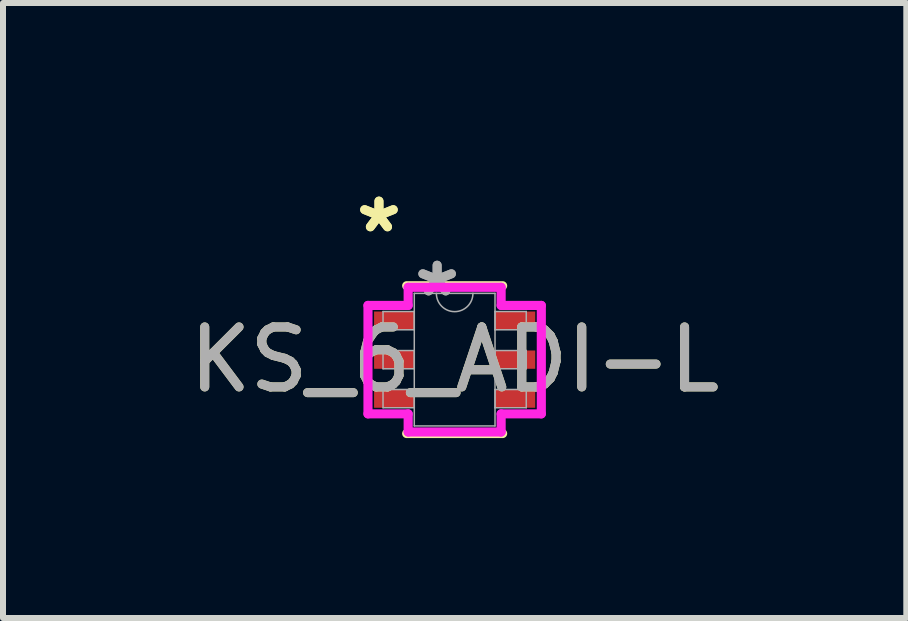
<source format=kicad_pcb>
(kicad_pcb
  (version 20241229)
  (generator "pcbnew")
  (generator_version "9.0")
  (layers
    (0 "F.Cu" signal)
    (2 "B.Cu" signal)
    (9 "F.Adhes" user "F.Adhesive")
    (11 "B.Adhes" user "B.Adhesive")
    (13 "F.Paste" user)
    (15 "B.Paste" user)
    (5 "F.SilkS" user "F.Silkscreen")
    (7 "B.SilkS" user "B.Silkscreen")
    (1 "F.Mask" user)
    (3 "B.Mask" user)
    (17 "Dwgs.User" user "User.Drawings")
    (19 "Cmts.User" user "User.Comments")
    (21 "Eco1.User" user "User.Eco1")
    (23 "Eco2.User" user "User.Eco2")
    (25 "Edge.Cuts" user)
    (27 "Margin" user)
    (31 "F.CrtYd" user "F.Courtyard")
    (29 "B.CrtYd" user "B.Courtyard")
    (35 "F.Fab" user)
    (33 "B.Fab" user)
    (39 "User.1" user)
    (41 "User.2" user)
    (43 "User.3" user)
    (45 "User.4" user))
  (footprint "KS_6_ADI-L"
    (layer "F.Cu")
    (at 4.53 2.946)
    (property "Reference" "KS_6_ADI-L" (at 0 0 0) (unlocked yes) (layer "F.SilkS") (effects (font (size 1 1) (thickness 0.15))))
    (attr smd)
    (fp_line (start -0.8 1.232) (end 0.8 1.232) (stroke (width 0.152) (type solid)) (layer "F.SilkS"))
    (fp_line (start 0.8 -1.232) (end -0.8 -1.232) (stroke (width 0.152) (type solid)) (layer "F.SilkS"))
    (fp_line (start -1.445 -0.904) (end -0.775 -0.904) (stroke (width 0.152) (type solid)) (layer "F.CrtYd"))
    (fp_line (start -1.445 0.904) (end -1.445 -0.904) (stroke (width 0.152) (type solid)) (layer "F.CrtYd"))
    (fp_line (start -1.445 0.904) (end -0.775 0.904) (stroke (width 0.152) (type solid)) (layer "F.CrtYd"))
    (fp_line (start -0.775 -1.206) (end 0.775 -1.206) (stroke (width 0.152) (type solid)) (layer "F.CrtYd"))
    (fp_line (start -0.775 -0.904) (end -0.775 -1.206) (stroke (width 0.152) (type solid)) (layer "F.CrtYd"))
    (fp_line (start -0.775 1.206) (end -0.775 0.904) (stroke (width 0.152) (type solid)) (layer "F.CrtYd"))
    (fp_line (start 0.775 -1.206) (end 0.775 -0.904) (stroke (width 0.152) (type solid)) (layer "F.CrtYd"))
    (fp_line (start 0.775 0.904) (end 0.775 1.206) (stroke (width 0.152) (type solid)) (layer "F.CrtYd"))
    (fp_line (start 0.775 1.206) (end -0.775 1.206) (stroke (width 0.152) (type solid)) (layer "F.CrtYd"))
    (fp_line (start 1.445 -0.904) (end 0.775 -0.904) (stroke (width 0.152) (type solid)) (layer "F.CrtYd"))
    (fp_line (start 1.445 -0.904) (end 1.445 0.904) (stroke (width 0.152) (type solid)) (layer "F.CrtYd"))
    (fp_line (start 1.445 0.904) (end 0.775 0.904) (stroke (width 0.152) (type solid)) (layer "F.CrtYd"))
    (fp_line (start -1.194 -0.802) (end -1.194 -0.498) (stroke (width 0.025) (type solid)) (layer "F.Fab"))
    (fp_line (start -1.194 -0.498) (end -0.673 -0.498) (stroke (width 0.025) (type solid)) (layer "F.Fab"))
    (fp_line (start -1.194 -0.152) (end -1.194 0.152) (stroke (width 0.025) (type solid)) (layer "F.Fab"))
    (fp_line (start -1.194 0.152) (end -0.673 0.152) (stroke (width 0.025) (type solid)) (layer "F.Fab"))
    (fp_line (start -1.194 0.498) (end -1.194 0.802) (stroke (width 0.025) (type solid)) (layer "F.Fab"))
    (fp_line (start -1.194 0.802) (end -0.673 0.802) (stroke (width 0.025) (type solid)) (layer "F.Fab"))
    (fp_line (start -0.673 -1.105) (end -0.673 1.105) (stroke (width 0.025) (type solid)) (layer "F.Fab"))
    (fp_line (start -0.673 -0.802) (end -1.194 -0.802) (stroke (width 0.025) (type solid)) (layer "F.Fab"))
    (fp_line (start -0.673 -0.498) (end -0.673 -0.802) (stroke (width 0.025) (type solid)) (layer "F.Fab"))
    (fp_line (start -0.673 -0.152) (end -1.194 -0.152) (stroke (width 0.025) (type solid)) (layer "F.Fab"))
    (fp_line (start -0.673 0.152) (end -0.673 -0.152) (stroke (width 0.025) (type solid)) (layer "F.Fab"))
    (fp_line (start -0.673 0.498) (end -1.194 0.498) (stroke (width 0.025) (type solid)) (layer "F.Fab"))
    (fp_line (start -0.673 0.802) (end -0.673 0.498) (stroke (width 0.025) (type solid)) (layer "F.Fab"))
    (fp_line (start -0.673 1.105) (end 0.673 1.105) (stroke (width 0.025) (type solid)) (layer "F.Fab"))
    (fp_line (start 0.673 -1.105) (end -0.673 -1.105) (stroke (width 0.025) (type solid)) (layer "F.Fab"))
    (fp_line (start 0.673 -0.802) (end 0.673 -0.498) (stroke (width 0.025) (type solid)) (layer "F.Fab"))
    (fp_line (start 0.673 -0.498) (end 1.194 -0.498) (stroke (width 0.025) (type solid)) (layer "F.Fab"))
    (fp_line (start 0.673 -0.152) (end 0.673 0.152) (stroke (width 0.025) (type solid)) (layer "F.Fab"))
    (fp_line (start 0.673 0.152) (end 1.194 0.152) (stroke (width 0.025) (type solid)) (layer "F.Fab"))
    (fp_line (start 0.673 0.498) (end 0.673 0.802) (stroke (width 0.025) (type solid)) (layer "F.Fab"))
    (fp_line (start 0.673 0.802) (end 1.194 0.802) (stroke (width 0.025) (type solid)) (layer "F.Fab"))
    (fp_line (start 0.673 1.105) (end 0.673 -1.105) (stroke (width 0.025) (type solid)) (layer "F.Fab"))
    (fp_line (start 1.194 -0.802) (end 0.673 -0.802) (stroke (width 0.025) (type solid)) (layer "F.Fab"))
    (fp_line (start 1.194 -0.498) (end 1.194 -0.802) (stroke (width 0.025) (type solid)) (layer "F.Fab"))
    (fp_line (start 1.194 -0.152) (end 0.673 -0.152) (stroke (width 0.025) (type solid)) (layer "F.Fab"))
    (fp_line (start 1.194 0.152) (end 1.194 -0.152) (stroke (width 0.025) (type solid)) (layer "F.Fab"))
    (fp_line (start 1.194 0.498) (end 0.673 0.498) (stroke (width 0.025) (type solid)) (layer "F.Fab"))
    (fp_line (start 1.194 0.802) (end 1.194 0.498) (stroke (width 0.025) (type solid)) (layer "F.Fab"))
    (fp_arc (start 0.3048 -1.1049) (mid 0 -0.8001) (end -0.3048 -1.1049) (stroke (width 0.0254) (type solid)) (layer "F.Fab"))
    (fp_text user "*" (at -1.262 -2.098 0) (unlocked yes) (layer "F.SilkS") (effects (font (size 1 1) (thickness 0.15))))
    (fp_text user "*" (at -1.262 -2.098 0) (layer "F.SilkS") (effects (font (size 1 1) (thickness 0.15))))
    (fp_text user "*" (at -0.292 -1.029 0) (unlocked yes) (layer "F.Fab") (effects (font (size 1 1) (thickness 0.15))))
    (fp_text user "*" (at -0.292 -1.029 0) (layer "F.Fab") (effects (font (size 1 1) (thickness 0.15))))
    (fp_text user "${REFERENCE}" (at 0 0 0) (unlocked yes) (layer "F.Fab") (effects (font (size 1 1) (thickness 0.15))))
    (pad "1" smd rect (at -1.008 -0.65) (size 0.671 0.305) (layers "F.Cu" "F.Mask" "F.Paste"))
    (pad "2" smd rect (at -1.008 0) (size 0.671 0.305) (layers "F.Cu" "F.Mask" "F.Paste"))
    (pad "3" smd rect (at -1.008 0.65) (size 0.671 0.305) (layers "F.Cu" "F.Mask" "F.Paste"))
    (pad "4" smd rect (at 1.008 0.65) (size 0.671 0.305) (layers "F.Cu" "F.Mask" "F.Paste"))
    (pad "5" smd rect (at 1.008 0) (size 0.671 0.305) (layers "F.Cu" "F.Mask" "F.Paste"))
    (pad "6" smd rect (at 1.008 -0.65) (size 0.671 0.305) (layers "F.Cu" "F.Mask" "F.Paste")))
  (gr_rect
    (start -3 -3)
    (end 12.06 7.254)
    (stroke (width 0.1) (type default))
    (fill no)
    (layer "Edge.Cuts")))
</source>
